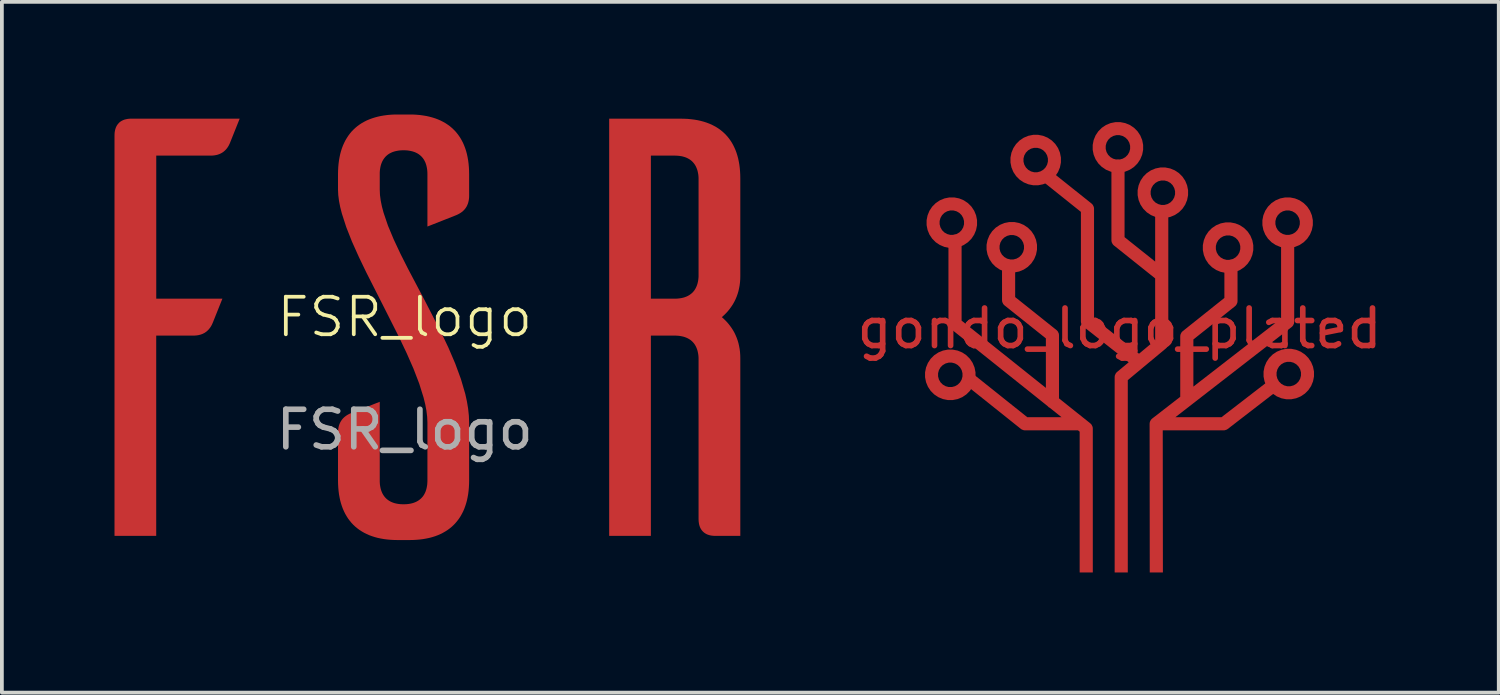
<source format=kicad_pcb>
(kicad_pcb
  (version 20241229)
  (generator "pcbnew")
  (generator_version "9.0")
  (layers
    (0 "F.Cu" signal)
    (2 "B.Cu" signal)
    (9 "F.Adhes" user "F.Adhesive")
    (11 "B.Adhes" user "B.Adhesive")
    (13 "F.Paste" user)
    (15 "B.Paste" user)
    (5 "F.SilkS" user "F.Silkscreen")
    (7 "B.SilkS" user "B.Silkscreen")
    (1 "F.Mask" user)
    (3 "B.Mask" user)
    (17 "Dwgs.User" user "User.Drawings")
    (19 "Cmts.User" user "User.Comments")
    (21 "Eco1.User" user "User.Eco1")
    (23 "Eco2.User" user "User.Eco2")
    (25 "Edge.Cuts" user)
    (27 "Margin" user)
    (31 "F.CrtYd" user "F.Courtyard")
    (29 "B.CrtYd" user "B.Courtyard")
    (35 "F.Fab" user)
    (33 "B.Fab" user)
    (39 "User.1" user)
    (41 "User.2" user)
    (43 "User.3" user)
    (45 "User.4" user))
  (footprint "FSR_logo"
    (layer "F.Cu")
    (at 7.73 5.896)
    (property "Reference" "FSR_logo" (at 0 -0.5 0) (unlocked yes) (layer "F.SilkS") (effects (font (size 1 1) (thickness 0.1))))
    (attr smd)
    (fp_text user "${REFERENCE}" (at 0 2.5 0) (unlocked yes) (layer "F.Fab") (effects (font (size 1 1) (thickness 0.15))))
    (pad "1" smd custom (at -7.1 -0.425) (size 0.5 0.5) (layers "F.Cu" "F.Mask") (options (anchor circle)) (primitives (gr_poly (pts (xy 2.45 -4.725) (xy 2.441 -4.703) (xy 2.431 -4.682) (xy 2.421 -4.661) (xy 2.411 -4.642) (xy 2.4 -4.623) (xy 2.388 -4.604) (xy 2.376 -4.587) (xy 2.364 -4.57) (xy 2.351 -4.554) (xy 2.337 -4.538) (xy 2.324 -4.524) (xy 2.309 -4.51) (xy 2.295 -4.497) (xy 2.279 -4.484) (xy 2.264 -4.472) (xy 2.248 -4.461) (xy 2.231 -4.451) (xy 2.214 -4.441) (xy 2.196 -4.432) (xy 2.178 -4.423) (xy 2.16 -4.416) (xy 2.141 -4.409) (xy 2.122 -4.402) (xy 2.102 -4.397) (xy 2.081 -4.392) (xy 2.061 -4.388) (xy 2.039 -4.384) (xy 2.018 -4.381) (xy 1.973 -4.377) (xy 1.926 -4.376) (xy 0.482 -4.376) (xy 0.482 -0.566) (xy 2.244 -0.566) (xy 1.99 0.069) (xy 1.98 0.091) (xy 1.971 0.112) (xy 1.961 0.133) (xy 1.95 0.153) (xy 1.939 0.172) (xy 1.928 0.19) (xy 1.916 0.207) (xy 1.903 0.224) (xy 1.89 0.24) (xy 1.877 0.256) (xy 1.863 0.27) (xy 1.849 0.284) (xy 1.834 0.298) (xy 1.819 0.31) (xy 1.803 0.322) (xy 1.787 0.333) (xy 1.771 0.344) (xy 1.754 0.353) (xy 1.736 0.362) (xy 1.718 0.371) (xy 1.7 0.378) (xy 1.681 0.385) (xy 1.661 0.392) (xy 1.641 0.397) (xy 1.621 0.402) (xy 1.6 0.407) (xy 1.579 0.41) (xy 1.557 0.413) (xy 1.512 0.417) (xy 1.466 0.419) (xy 0.481 0.419) (xy 0.481 5.752) (xy -0.63 5.752) (xy -0.63 -4.915) (xy -0.629 -4.942) (xy -0.628 -4.968) (xy -0.626 -4.992) (xy -0.622 -5.017) (xy -0.618 -5.04) (xy -0.613 -5.063) (xy -0.607 -5.084) (xy -0.6 -5.106) (xy -0.593 -5.126) (xy -0.584 -5.145) (xy -0.575 -5.164) (xy -0.564 -5.182) (xy -0.553 -5.199) (xy -0.541 -5.215) (xy -0.528 -5.23) (xy -0.515 -5.245) (xy -0.5 -5.259) (xy -0.485 -5.272) (xy -0.468 -5.284) (xy -0.451 -5.295) (xy -0.434 -5.305) (xy -0.415 -5.314) (xy -0.396 -5.323) (xy -0.375 -5.331) (xy -0.354 -5.338) (xy -0.332 -5.343) (xy -0.31 -5.348) (xy -0.286 -5.353) (xy -0.262 -5.356) (xy -0.237 -5.358) (xy -0.212 -5.36) (xy -0.185 -5.36) (xy 2.704 -5.36)) (width 0) (fill yes))))
    (pad "1" smd custom (at 0.25 -0.425) (size 0.5 0.5) (layers "F.Cu" "F.Mask") (options (anchor circle)) (primitives (gr_poly (pts (xy -0.026 -5.47) (xy 0.066 -5.465) (xy 0.156 -5.457) (xy 0.243 -5.445) (xy 0.327 -5.431) (xy 0.408 -5.413) (xy 0.486 -5.392) (xy 0.562 -5.368) (xy 0.634 -5.341) (xy 0.704 -5.311) (xy 0.77 -5.277) (xy 0.834 -5.241) (xy 0.895 -5.201) (xy 0.953 -5.159) (xy 1.007 -5.113) (xy 1.059 -5.064) (xy 1.108 -5.013) (xy 1.153 -4.958) (xy 1.196 -4.9) (xy 1.236 -4.839) (xy 1.272 -4.776) (xy 1.306 -4.709) (xy 1.336 -4.639) (xy 1.363 -4.567) (xy 1.387 -4.492) (xy 1.408 -4.413) (xy 1.425 -4.332) (xy 1.44 -4.248) (xy 1.451 -4.161) (xy 1.459 -4.072) (xy 1.464 -3.979) (xy 1.466 -3.884) (xy 1.466 -3.312) (xy 1.465 -3.265) (xy 1.461 -3.221) (xy 1.454 -3.178) (xy 1.445 -3.137) (xy 1.433 -3.097) (xy 1.418 -3.06) (xy 1.401 -3.024) (xy 1.381 -2.991) (xy 1.358 -2.959) (xy 1.332 -2.929) (xy 1.303 -2.901) (xy 1.272 -2.875) (xy 1.237 -2.85) (xy 1.2 -2.828) (xy 1.16 -2.807) (xy 1.117 -2.788) (xy 0.355 -2.487) (xy 0.355 -3.884) (xy 0.354 -3.922) (xy 0.352 -3.959) (xy 0.349 -3.995) (xy 0.344 -4.029) (xy 0.338 -4.063) (xy 0.331 -4.095) (xy 0.323 -4.127) (xy 0.313 -4.157) (xy 0.303 -4.186) (xy 0.29 -4.214) (xy 0.277 -4.24) (xy 0.263 -4.266) (xy 0.247 -4.29) (xy 0.23 -4.313) (xy 0.211 -4.335) (xy 0.192 -4.356) (xy 0.171 -4.375) (xy 0.149 -4.394) (xy 0.126 -4.411) (xy 0.102 -4.427) (xy 0.076 -4.441) (xy 0.05 -4.454) (xy 0.022 -4.467) (xy -0.007 -4.477) (xy -0.037 -4.487) (xy -0.069 -4.495) (xy -0.101 -4.502) (xy -0.135 -4.508) (xy -0.169 -4.513) (xy -0.205 -4.516) (xy -0.242 -4.518) (xy -0.28 -4.519) (xy -0.319 -4.518) (xy -0.356 -4.516) (xy -0.391 -4.513) (xy -0.426 -4.508) (xy -0.46 -4.502) (xy -0.492 -4.495) (xy -0.524 -4.487) (xy -0.554 -4.477) (xy -0.583 -4.467) (xy -0.611 -4.454) (xy -0.637 -4.441) (xy -0.663 -4.427) (xy -0.687 -4.411) (xy -0.71 -4.394) (xy -0.732 -4.375) (xy -0.753 -4.356) (xy -0.772 -4.335) (xy -0.79 -4.313) (xy -0.807 -4.29) (xy -0.823 -4.266) (xy -0.838 -4.24) (xy -0.851 -4.214) (xy -0.863 -4.186) (xy -0.874 -4.157) (xy -0.884 -4.127) (xy -0.892 -4.095) (xy -0.899 -4.063) (xy -0.905 -4.029) (xy -0.91 -3.995) (xy -0.913 -3.959) (xy -0.915 -3.922) (xy -0.915 -3.884) (xy -0.915 -3.471) (xy -0.909 -3.327) (xy -0.889 -3.177) (xy -0.857 -3.019) (xy -0.813 -2.855) (xy -0.696 -2.51) (xy -0.543 -2.144) (xy -0.363 -1.76) (xy -0.162 -1.362) (xy 0.275 -0.534) (xy 0.712 0.315) (xy 0.914 0.739) (xy 1.094 1.159) (xy 1.246 1.572) (xy 1.364 1.975) (xy 1.407 2.171) (xy 1.439 2.364) (xy 1.459 2.552) (xy 1.466 2.736) (xy 1.466 4.276) (xy 1.464 4.371) (xy 1.459 4.464) (xy 1.451 4.554) (xy 1.44 4.641) (xy 1.425 4.725) (xy 1.408 4.806) (xy 1.387 4.884) (xy 1.363 4.959) (xy 1.336 5.032) (xy 1.306 5.102) (xy 1.272 5.168) (xy 1.236 5.232) (xy 1.196 5.293) (xy 1.153 5.35) (xy 1.108 5.405) (xy 1.059 5.457) (xy 1.007 5.506) (xy 0.953 5.551) (xy 0.895 5.594) (xy 0.834 5.633) (xy 0.77 5.67) (xy 0.704 5.703) (xy 0.634 5.734) (xy 0.562 5.761) (xy 0.486 5.785) (xy 0.408 5.806) (xy 0.327 5.823) (xy 0.243 5.838) (xy 0.156 5.849) (xy 0.066 5.857) (xy -0.026 5.862) (xy -0.122 5.864) (xy -0.439 5.864) (xy -0.534 5.862) (xy -0.627 5.857) (xy -0.717 5.849) (xy -0.804 5.838) (xy -0.888 5.823) (xy -0.969 5.806) (xy -1.047 5.785) (xy -1.122 5.761) (xy -1.195 5.734) (xy -1.265 5.703) (xy -1.331 5.67) (xy -1.395 5.633) (xy -1.456 5.594) (xy -1.513 5.551) (xy -1.568 5.506) (xy -1.62 5.457) (xy -1.669 5.405) (xy -1.714 5.35) (xy -1.757 5.293) (xy -1.796 5.232) (xy -1.833 5.168) (xy -1.866 5.102) (xy -1.897 5.032) (xy -1.924 4.959) (xy -1.948 4.884) (xy -1.969 4.806) (xy -1.986 4.725) (xy -2.001 4.641) (xy -2.012 4.554) (xy -2.02 4.464) (xy -2.025 4.371) (xy -2.027 4.276) (xy -2.027 3.006) (xy -2.025 2.959) (xy -2.021 2.915) (xy -2.015 2.872) (xy -2.006 2.831) (xy -1.994 2.791) (xy -1.979 2.754) (xy -1.961 2.718) (xy -1.941 2.685) (xy -1.918 2.653) (xy -1.893 2.623) (xy -1.864 2.595) (xy -1.832 2.569) (xy -1.798 2.544) (xy -1.761 2.522) (xy -1.721 2.501) (xy -1.677 2.482) (xy -0.915 2.181) (xy -0.915 4.276) (xy -0.915 4.314) (xy -0.913 4.351) (xy -0.91 4.387) (xy -0.905 4.422) (xy -0.899 4.456) (xy -0.892 4.488) (xy -0.884 4.519) (xy -0.874 4.549) (xy -0.863 4.578) (xy -0.851 4.606) (xy -0.838 4.633) (xy -0.823 4.658) (xy -0.807 4.683) (xy -0.79 4.706) (xy -0.772 4.728) (xy -0.753 4.748) (xy -0.732 4.768) (xy -0.71 4.786) (xy -0.687 4.803) (xy -0.663 4.819) (xy -0.637 4.834) (xy -0.611 4.847) (xy -0.583 4.859) (xy -0.554 4.87) (xy -0.524 4.88) (xy -0.492 4.888) (xy -0.46 4.895) (xy -0.426 4.901) (xy -0.391 4.905) (xy -0.356 4.909) (xy -0.319 4.91) (xy -0.28 4.911) (xy -0.242 4.91) (xy -0.205 4.909) (xy -0.169 4.905) (xy -0.135 4.901) (xy -0.101 4.895) (xy -0.069 4.888) (xy -0.037 4.88) (xy -0.007 4.87) (xy 0.022 4.859) (xy 0.05 4.847) (xy 0.076 4.834) (xy 0.102 4.819) (xy 0.126 4.803) (xy 0.149 4.786) (xy 0.171 4.768) (xy 0.192 4.748) (xy 0.211 4.728) (xy 0.23 4.706) (xy 0.247 4.683) (xy 0.263 4.658) (xy 0.277 4.633) (xy 0.29 4.606) (xy 0.303 4.578) (xy 0.313 4.549) (xy 0.323 4.519) (xy 0.331 4.488) (xy 0.338 4.456) (xy 0.344 4.422) (xy 0.349 4.387) (xy 0.352 4.351) (xy 0.354 4.314) (xy 0.355 4.276) (xy 0.355 2.736) (xy 0.348 2.58) (xy 0.328 2.416) (xy 0.296 2.245) (xy 0.252 2.067) (xy 0.135 1.693) (xy -0.017 1.298) (xy -0.198 0.886) (xy -0.399 0.463) (xy -0.836 -0.403) (xy -1.273 -1.264) (xy -1.474 -1.682) (xy -1.655 -2.086) (xy -1.807 -2.471) (xy -1.924 -2.833) (xy -1.968 -3.004) (xy -2 -3.168) (xy -2.02 -3.324) (xy -2.027 -3.471) (xy -2.027 -3.884) (xy -2.025 -3.979) (xy -2.02 -4.072) (xy -2.012 -4.161) (xy -2.001 -4.248) (xy -1.986 -4.332) (xy -1.969 -4.413) (xy -1.948 -4.492) (xy -1.924 -4.567) (xy -1.897 -4.639) (xy -1.866 -4.709) (xy -1.833 -4.776) (xy -1.796 -4.839) (xy -1.757 -4.9) (xy -1.714 -4.958) (xy -1.669 -5.013) (xy -1.62 -5.064) (xy -1.568 -5.113) (xy -1.513 -5.159) (xy -1.456 -5.201) (xy -1.395 -5.241) (xy -1.331 -5.277) (xy -1.265 -5.311) (xy -1.195 -5.341) (xy -1.122 -5.368) (xy -1.047 -5.392) (xy -0.969 -5.413) (xy -0.888 -5.431) (xy -0.804 -5.445) (xy -0.717 -5.457) (xy -0.627 -5.465) (xy -0.534 -5.47) (xy -0.439 -5.471) (xy -0.122 -5.471)) (width 0) (fill yes))))
    (pad "1" smd custom (at 6 -0.425) (size 0.5 0.5) (layers "F.Cu" "F.Mask") (options (anchor circle)) (primitives (gr_poly (pts (xy 1.447 -5.358) (xy 1.539 -5.354) (xy 1.629 -5.345) (xy 1.716 -5.334) (xy 1.8 -5.32) (xy 1.881 -5.302) (xy 1.959 -5.281) (xy 2.035 -5.257) (xy 2.107 -5.23) (xy 2.177 -5.2) (xy 2.243 -5.166) (xy 2.307 -5.13) (xy 2.368 -5.09) (xy 2.425 -5.048) (xy 2.48 -5.002) (xy 2.532 -4.953) (xy 2.581 -4.901) (xy 2.626 -4.847) (xy 2.669 -4.789) (xy 2.709 -4.728) (xy 2.745 -4.665) (xy 2.778 -4.598) (xy 2.809 -4.528) (xy 2.836 -4.456) (xy 2.86 -4.38) (xy 2.881 -4.302) (xy 2.898 -4.221) (xy 2.913 -4.137) (xy 2.924 -4.05) (xy 2.932 -3.96) (xy 2.937 -3.868) (xy 2.939 -3.772) (xy 2.939 -1.169) (xy 2.937 -1.084) (xy 2.931 -1.001) (xy 2.921 -0.92) (xy 2.906 -0.842) (xy 2.889 -0.765) (xy 2.867 -0.691) (xy 2.841 -0.619) (xy 2.812 -0.55) (xy 2.779 -0.483) (xy 2.742 -0.417) (xy 2.701 -0.355) (xy 2.657 -0.294) (xy 2.61 -0.235) (xy 2.559 -0.179) (xy 2.504 -0.125) (xy 2.447 -0.074) (xy 2.504 -0.022) (xy 2.559 0.032) (xy 2.61 0.088) (xy 2.657 0.147) (xy 2.701 0.207) (xy 2.742 0.27) (xy 2.779 0.335) (xy 2.812 0.403) (xy 2.841 0.472) (xy 2.867 0.544) (xy 2.889 0.618) (xy 2.906 0.694) (xy 2.921 0.773) (xy 2.931 0.854) (xy 2.937 0.937) (xy 2.939 1.022) (xy 2.939 5.752) (xy 2.272 5.752) (xy 2.246 5.752) (xy 2.22 5.751) (xy 2.195 5.748) (xy 2.171 5.745) (xy 2.147 5.741) (xy 2.125 5.736) (xy 2.103 5.73) (xy 2.082 5.723) (xy 2.062 5.716) (xy 2.042 5.707) (xy 2.024 5.698) (xy 2.006 5.687) (xy 1.989 5.676) (xy 1.973 5.664) (xy 1.957 5.651) (xy 1.943 5.637) (xy 1.929 5.623) (xy 1.916 5.607) (xy 1.904 5.591) (xy 1.893 5.574) (xy 1.882 5.556) (xy 1.873 5.538) (xy 1.864 5.518) (xy 1.857 5.498) (xy 1.85 5.477) (xy 1.844 5.455) (xy 1.839 5.433) (xy 1.835 5.409) (xy 1.832 5.385) (xy 1.829 5.36) (xy 1.828 5.334) (xy 1.827 5.308) (xy 1.827 1.054) (xy 1.827 1.015) (xy 1.825 0.978) (xy 1.822 0.942) (xy 1.817 0.908) (xy 1.811 0.874) (xy 1.804 0.842) (xy 1.796 0.81) (xy 1.786 0.78) (xy 1.775 0.751) (xy 1.763 0.723) (xy 1.75 0.697) (xy 1.735 0.671) (xy 1.72 0.647) (xy 1.703 0.624) (xy 1.684 0.602) (xy 1.665 0.581) (xy 1.644 0.562) (xy 1.622 0.543) (xy 1.599 0.526) (xy 1.575 0.511) (xy 1.549 0.496) (xy 1.523 0.483) (xy 1.495 0.471) (xy 1.466 0.46) (xy 1.436 0.45) (xy 1.404 0.442) (xy 1.372 0.435) (xy 1.338 0.429) (xy 1.304 0.424) (xy 1.268 0.421) (xy 1.231 0.419) (xy 1.192 0.419) (xy 0.557 0.419) (xy 0.557 5.752) (xy -0.554 5.752) (xy -0.554 -0.566) (xy 0.557 -0.566) (xy 1.192 -0.566) (xy 1.231 -0.566) (xy 1.268 -0.568) (xy 1.304 -0.572) (xy 1.338 -0.576) (xy 1.372 -0.582) (xy 1.404 -0.589) (xy 1.436 -0.597) (xy 1.466 -0.607) (xy 1.495 -0.618) (xy 1.523 -0.63) (xy 1.549 -0.643) (xy 1.575 -0.658) (xy 1.599 -0.674) (xy 1.622 -0.691) (xy 1.644 -0.709) (xy 1.665 -0.728) (xy 1.684 -0.749) (xy 1.703 -0.771) (xy 1.72 -0.794) (xy 1.735 -0.818) (xy 1.75 -0.844) (xy 1.763 -0.871) (xy 1.775 -0.898) (xy 1.786 -0.927) (xy 1.796 -0.958) (xy 1.804 -0.989) (xy 1.811 -1.021) (xy 1.817 -1.055) (xy 1.822 -1.09) (xy 1.825 -1.126) (xy 1.827 -1.163) (xy 1.827 -1.201) (xy 1.827 -3.741) (xy 1.827 -3.779) (xy 1.825 -3.816) (xy 1.822 -3.852) (xy 1.817 -3.887) (xy 1.811 -3.92) (xy 1.804 -3.953) (xy 1.796 -3.984) (xy 1.786 -4.014) (xy 1.775 -4.043) (xy 1.763 -4.071) (xy 1.75 -4.098) (xy 1.735 -4.123) (xy 1.72 -4.147) (xy 1.703 -4.17) (xy 1.684 -4.192) (xy 1.665 -4.213) (xy 1.644 -4.233) (xy 1.622 -4.251) (xy 1.599 -4.268) (xy 1.575 -4.284) (xy 1.549 -4.298) (xy 1.523 -4.312) (xy 1.495 -4.324) (xy 1.466 -4.335) (xy 1.436 -4.344) (xy 1.404 -4.353) (xy 1.372 -4.36) (xy 1.338 -4.365) (xy 1.304 -4.37) (xy 1.268 -4.373) (xy 1.231 -4.375) (xy 1.192 -4.376) (xy 0.557 -4.376) (xy 0.557 -0.566) (xy -0.554 -0.566) (xy -0.554 -5.36) (xy 1.351 -5.36)) (width 0) (fill yes)))))
  (footprint "gondo_logo_plated"
    (layer "F.Cu")
    (at 26.77 6.199)
    (property "Reference" "gondo_logo_plated" (at 0 -0.5 0) (unlocked yes) (layer "F.Cu") (effects (font (size 1 1) (thickness 0.15))))
    (attr smd board_only exclude_from_pos_files exclude_from_bom)
    (fp_line (start -4.381 -2.824) (end -4.381 -0.625) (stroke (width 0.75) (type solid)) (layer "F.Mask"))
    (fp_line (start -4.381 -0.625) (end -0.886 2.165) (stroke (width 0.75) (type solid)) (layer "F.Mask"))
    (fp_line (start -4.001 0.855) (end -2.517 2.039) (stroke (width 0.75) (type solid)) (layer "F.Mask"))
    (fp_line (start -2.954 -2.155) (end -2.954 -1.252) (stroke (width 0.75) (type solid)) (layer "F.Mask"))
    (fp_line (start -2.954 -1.252) (end -1.787 -0.32) (stroke (width 0.75) (type solid)) (layer "F.Mask"))
    (fp_line (start -2.517 2.039) (end -1.044 2.039) (stroke (width 0.75) (type solid)) (layer "F.Mask"))
    (fp_line (start -1.915 -4.538) (end -0.853 -3.69) (stroke (width 0.75) (type solid)) (layer "F.Mask"))
    (fp_line (start -1.787 -0.32) (end -1.787 1.455) (stroke (width 0.75) (type solid)) (layer "F.Mask"))
    (fp_line (start -0.886 2.165) (end -0.886 5.8) (stroke (width 0.75) (type solid)) (layer "F.Mask"))
    (fp_line (start -0.853 -3.69) (end -0.853 -0.687) (stroke (width 0.75) (type solid)) (layer "F.Mask"))
    (fp_line (start -0.853 -0.687) (end 0.522 0.398) (stroke (width 0.75) (type solid)) (layer "F.Mask"))
    (fp_line (start -0.041 -2.848) (end -0.041 -4.822) (stroke (width 0.75) (type solid)) (layer "F.Mask"))
    (fp_line (start 0.046 0.794) (end 1.124 -0.103) (stroke (width 0.75) (type solid)) (layer "F.Mask"))
    (fp_line (start 0.046 5.825) (end 0.046 0.794) (stroke (width 0.75) (type solid)) (layer "F.Mask"))
    (fp_line (start 0.976 2.039) (end 4.477 -0.678) (stroke (width 0.75) (type solid)) (layer "F.Mask"))
    (fp_line (start 0.98 5.825) (end 0.976 2.039) (stroke (width 0.75) (type solid)) (layer "F.Mask"))
    (fp_line (start 1.124 -1.918) (end -0.041 -2.848) (stroke (width 0.75) (type solid)) (layer "F.Mask"))
    (fp_line (start 1.124 -0.103) (end 1.124 -3.553) (stroke (width 0.75) (type solid)) (layer "F.Mask"))
    (fp_line (start 1.792 -0.291) (end 2.967 -1.229) (stroke (width 0.75) (type solid)) (layer "F.Mask"))
    (fp_line (start 1.792 1.405) (end 1.792 -0.291) (stroke (width 0.75) (type solid)) (layer "F.Mask"))
    (fp_line (start 2.733 2.039) (end 0.976 2.039) (stroke (width 0.75) (type solid)) (layer "F.Mask"))
    (fp_line (start 2.967 -1.229) (end 2.967 -2.155) (stroke (width 0.75) (type solid)) (layer "F.Mask"))
    (fp_line (start 4.031 1.069) (end 2.775 2.039) (stroke (width 0.75) (type solid)) (layer "F.Mask"))
    (fp_line (start 4.477 -0.678) (end 4.477 -2.762) (stroke (width 0.75) (type solid)) (layer "F.Mask"))
    (fp_rect (start -1.261 5.75) (end -0.511 6.2) (stroke (width 0) (type solid)) (fill yes) (layer "F.Mask"))
    (fp_rect (start -0.329 5.75) (end 0.421 6.2) (stroke (width 0) (type solid)) (fill yes) (layer "F.Mask"))
    (fp_rect (start 0.605 5.75) (end 1.355 6.2) (stroke (width 0) (type solid)) (fill yes) (layer "F.Mask"))
    (fp_circle (center -4.508 0.735) (end -4.008 0.735) (stroke (width 0.75) (type solid)) (fill yes) (layer "F.Mask"))
    (fp_circle (center -4.467 -3.318) (end -3.967 -3.318) (stroke (width 0.75) (type solid)) (fill yes) (layer "F.Mask"))
    (fp_circle (center -2.87 -2.663) (end -2.37 -2.663) (stroke (width 0.75) (type solid)) (fill yes) (layer "F.Mask"))
    (fp_circle (center -2.233 -4.986) (end -1.733 -4.986) (stroke (width 0.75) (type solid)) (fill yes) (layer "F.Mask"))
    (fp_circle (center -0.043 -5.324) (end 0.457 -5.324) (stroke (width 0.75) (type solid)) (fill yes) (layer "F.Mask"))
    (fp_circle (center 1.155 -4.116) (end 1.655 -4.116) (stroke (width 0.75) (type solid)) (fill yes) (layer "F.Mask"))
    (fp_circle (center 2.891 -2.653) (end 3.391 -2.653) (stroke (width 0.75) (type solid)) (fill yes) (layer "F.Mask"))
    (fp_circle (center 4.477 -3.318) (end 4.977 -3.318) (stroke (width 0.75) (type solid)) (fill yes) (layer "F.Mask"))
    (fp_circle (center 4.508 0.714) (end 5.008 0.714) (stroke (width 0.75) (type solid)) (fill yes) (layer "F.Mask"))
    (pad "1" smd custom (at -4.508 1.235) (size 0.2 0.2) (layers "F.Cu" "F.Mask") (options (anchor circle)) (primitives (gr_circle (center 0 -0.5) (end 0.5 -0.5) (width 0.35) (fill no))))
    (pad "1" smd custom (at -3.967 -3.318) (size 0.2 0.2) (layers "F.Cu" "F.Mask") (options (anchor circle)) (primitives (gr_circle (center -0.5 0) (end 0 0) (width 0.35) (fill no))))
    (pad "1" smd custom (at -2.37 -2.663) (size 0.2 0.2) (layers "F.Cu" "F.Mask") (options (anchor circle)) (primitives (gr_circle (center -0.5 0) (end 0 0) (width 0.35) (fill no))))
    (pad "1" smd custom (at -1.787 1.455) (size 0.2 0.2) (layers "F.Cu" "F.Mask") (options (anchor circle)) (primitives (gr_line (start 0 0) (end 0 -1.775) (width 0.35)) (gr_line (start 0.9 0.71) (end -2.595 -2.08) (width 0.35)) (gr_line (start 0.742 0.584) (end -0.731 0.584) (width 0.35)) (gr_line (start -0.731 0.584) (end -0.731 0.584) (width 0.349)) (gr_line (start -0.731 0.584) (end -2.214 -0.6) (width 0.35)) (gr_line (start -2.595 -2.08) (end -2.595 -4.279) (width 0.35)) (gr_line (start 0 -1.775) (end -1.168 -2.707) (width 0.35)) (gr_line (start -1.168 -2.707) (end -1.168 -3.61) (width 0.35)) (gr_line (start 0.9 4.345) (end 0.9 0.71) (width 0.35)) (gr_rect (start 0.725 4.295) (end 1.075 4.545) (width 0) (fill yes))))
    (pad "1" smd custom (at -1.733 -4.986) (size 0.2 0.2) (layers "F.Cu" "F.Mask") (options (anchor circle)) (primitives (gr_circle (center -0.5 0) (end 0 0) (width 0.35) (fill no))))
    (pad "1" smd custom (at -0.508 -5.08) (size 0.2 0.2) (layers "F.Cu" "F.Mask") (options (anchor circle)) (primitives (gr_circle (center 0.465 -0.244) (end 0.965 -0.244) (width 0.35) (fill no))))
    (pad "1" smd custom (at 0.976 2.039) (size 0.2 0.2) (layers "F.Cu" "F.Mask") (options (anchor circle)) (primitives (gr_line (start 0 0) (end 1.799 0) (width 0.35)) (gr_line (start 1.799 0) (end 3.056 -0.97) (width 0.35)) (gr_line (start 1.799 0) (end 1.799 0) (width 0.349)) (gr_line (start 0 0) (end 0.004 3.786) (width 0.35)) (gr_line (start 3.502 -2.717) (end 0 0) (width 0.35)) (gr_line (start 0.816 -2.33) (end 0.816 -0.633) (width 0.35)) (gr_line (start 1.992 -3.268) (end 0.816 -2.33) (width 0.35)) (gr_line (start 1.992 -4.194) (end 1.992 -3.268) (width 0.35)) (gr_line (start 1.992 -3.268) (end 1.992 -3.268) (width 0.349)) (gr_line (start 3.502 -4.801) (end 3.502 -2.717) (width 0.35)) (gr_rect (start -0.171 3.711) (end 0.179 3.961) (width 0) (fill yes))))
    (pad "1" smd custom (at 1.124 -3.553) (size 0.2 0.2) (layers "F.Cu" "F.Mask") (options (anchor circle)) (primitives (gr_circle (center 0.03 -0.563) (end 0.53 -0.563) (width 0.35) (fill no))))
    (pad "1" smd custom (at 1.124 -1.267) (size 0.2 0.2) (layers "F.Cu" "F.Mask") (options (anchor circle)) (primitives (gr_line (start 0 -2.286) (end 0 1.164) (width 0.35)) (gr_line (start -1.165 -1.581) (end 0 -0.651) (width 0.35)) (gr_line (start -1.165 -3.555) (end -1.165 -1.581) (width 0.35)) (gr_line (start 0 1.164) (end -1.079 2.061) (width 0.35)) (gr_line (start -1.079 2.061) (end -1.079 7.092) (width 0.35)) (gr_line (start -0.602 1.665) (end -1.978 0.58) (width 0.35)) (gr_line (start -1.978 0.58) (end -1.978 -2.423) (width 0.35)) (gr_line (start -1.978 -2.423) (end -3.04 -3.271) (width 0.35)) (gr_rect (start -1.254 7.017) (end -0.904 7.267) (width 0) (fill yes))))
    (pad "1" smd custom (at 2.891 -2.153) (size 0.2 0.2) (layers "F.Cu" "F.Mask") (options (anchor circle)) (primitives (gr_circle (center 0 -0.5) (end 0.5 -0.5) (width 0.35) (fill no))))
    (pad "1" smd custom (at 4.008 0.714) (size 0.2 0.2) (layers "F.Cu" "F.Mask") (options (anchor circle)) (primitives (gr_circle (center 0.5 0) (end 1 0) (width 0.35) (fill no))))
    (pad "1" smd custom (at 4.237 -2.917) (size 0.2 0.2) (layers "F.Cu" "F.Mask") (options (anchor circle)) (primitives (gr_circle (center 0.24 -0.401) (end 0.74 -0.401) (width 0.35) (fill no)))))
  (gr_rect
    (start -3 -3)
    (end 36.871 15.399)
    (stroke (width 0.1) (type default))
    (fill no)
    (layer "Edge.Cuts")))
</source>
